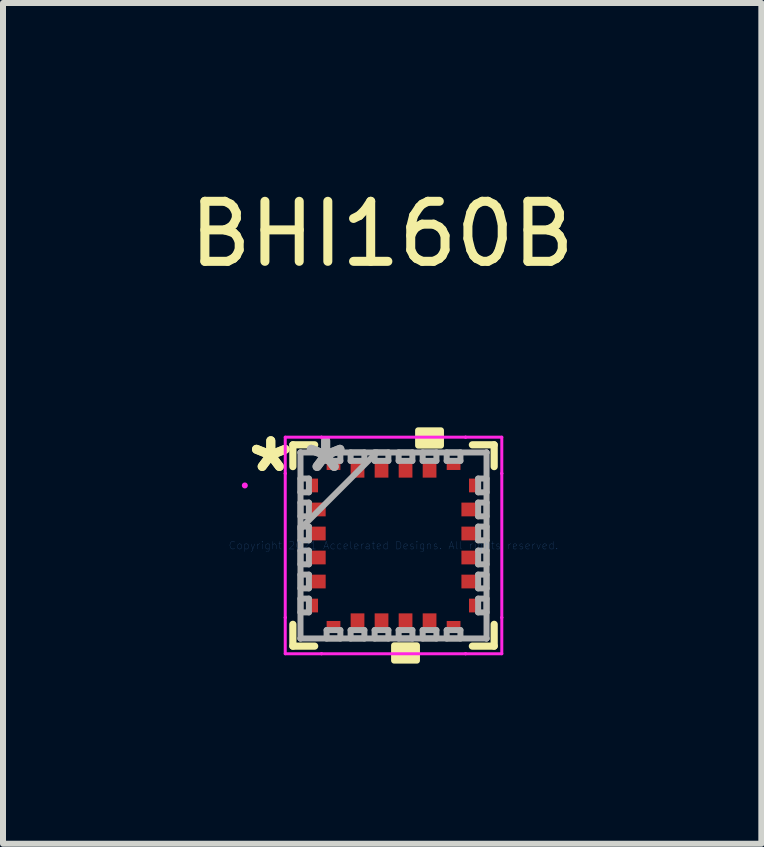
<source format=kicad_pcb>
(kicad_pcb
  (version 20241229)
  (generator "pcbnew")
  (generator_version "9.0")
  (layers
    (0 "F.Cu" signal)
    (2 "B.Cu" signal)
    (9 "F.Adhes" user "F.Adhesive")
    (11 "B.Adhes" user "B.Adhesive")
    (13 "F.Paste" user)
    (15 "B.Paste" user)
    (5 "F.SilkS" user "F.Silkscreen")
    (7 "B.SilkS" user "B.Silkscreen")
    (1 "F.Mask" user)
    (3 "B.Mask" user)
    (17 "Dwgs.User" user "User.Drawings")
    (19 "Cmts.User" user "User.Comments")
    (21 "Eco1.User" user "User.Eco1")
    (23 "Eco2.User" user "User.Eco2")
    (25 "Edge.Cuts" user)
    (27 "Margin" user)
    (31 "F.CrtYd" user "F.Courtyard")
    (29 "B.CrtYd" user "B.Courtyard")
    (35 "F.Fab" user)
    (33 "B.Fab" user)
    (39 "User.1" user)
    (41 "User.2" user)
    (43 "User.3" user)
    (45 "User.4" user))
  (footprint "BHI160B"
    (layer "F.Cu")
    (at 3.315 5.848)
    (property "Reference" "BHI160B" (at 0 -5 0) (unlocked yes) (layer "F.SilkS") (effects (font (size 1 1) (thickness 0.15))))
    (attr smd)
    (fp_line (start -1.487 -1.489) (end -1.487 -1.126) (stroke (width 0.12) (type solid)) (layer "F.SilkS"))
    (fp_line (start -1.487 1.501) (end -1.487 1.864) (stroke (width 0.12) (type solid)) (layer "F.SilkS"))
    (fp_line (start -1.487 1.864) (end -1.124 1.864) (stroke (width 0.12) (type solid)) (layer "F.SilkS"))
    (fp_line (start -1.124 -1.489) (end -1.487 -1.489) (stroke (width 0.12) (type solid)) (layer "F.SilkS"))
    (fp_line (start 1.503 1.864) (end 1.866 1.864) (stroke (width 0.12) (type solid)) (layer "F.SilkS"))
    (fp_line (start 1.866 -1.489) (end 1.503 -1.489) (stroke (width 0.12) (type solid)) (layer "F.SilkS"))
    (fp_line (start 1.866 -1.126) (end 1.866 -1.489) (stroke (width 0.12) (type solid)) (layer "F.SilkS"))
    (fp_line (start 1.866 1.864) (end 1.866 1.501) (stroke (width 0.12) (type solid)) (layer "F.SilkS"))
    (fp_poly (pts (xy 0.199 1.851) (xy 0.199 2.105) (xy 0.58 2.105) (xy 0.58 1.851)) (stroke (width 0.1) (type solid)) (fill yes) (layer "F.SilkS"))
    (fp_poly (pts (xy 0.599 -1.476) (xy 0.599 -1.73) (xy 0.98 -1.73) (xy 0.98 -1.476)) (stroke (width 0.1) (type solid)) (fill yes) (layer "F.SilkS"))
    (fp_line (start -1.614 -1.616) (end -1.01 -1.616) (stroke (width 0.05) (type solid)) (layer "F.CrtYd"))
    (fp_line (start -1.614 -1.012) (end -1.614 -1.616) (stroke (width 0.05) (type solid)) (layer "F.CrtYd"))
    (fp_line (start -1.614 -1.012) (end -1.614 -1.012) (stroke (width 0.05) (type solid)) (layer "F.CrtYd"))
    (fp_line (start -1.614 1.388) (end -1.614 -1.012) (stroke (width 0.05) (type solid)) (layer "F.CrtYd"))
    (fp_line (start -1.614 1.388) (end -1.614 1.388) (stroke (width 0.05) (type solid)) (layer "F.CrtYd"))
    (fp_line (start -1.614 1.991) (end -1.614 1.388) (stroke (width 0.05) (type solid)) (layer "F.CrtYd"))
    (fp_line (start -1.01 -1.616) (end -1.01 -1.616) (stroke (width 0.05) (type solid)) (layer "F.CrtYd"))
    (fp_line (start -1.01 -1.616) (end 1.39 -1.616) (stroke (width 0.05) (type solid)) (layer "F.CrtYd"))
    (fp_line (start -1.01 1.991) (end -1.614 1.991) (stroke (width 0.05) (type solid)) (layer "F.CrtYd"))
    (fp_line (start -1.01 1.991) (end -1.01 1.991) (stroke (width 0.05) (type solid)) (layer "F.CrtYd"))
    (fp_line (start 1.39 -1.616) (end 1.39 -1.616) (stroke (width 0.05) (type solid)) (layer "F.CrtYd"))
    (fp_line (start 1.39 -1.616) (end 1.993 -1.616) (stroke (width 0.05) (type solid)) (layer "F.CrtYd"))
    (fp_line (start 1.39 1.991) (end -1.01 1.991) (stroke (width 0.05) (type solid)) (layer "F.CrtYd"))
    (fp_line (start 1.39 1.991) (end 1.39 1.991) (stroke (width 0.05) (type solid)) (layer "F.CrtYd"))
    (fp_line (start 1.993 -1.616) (end 1.993 -1.012) (stroke (width 0.05) (type solid)) (layer "F.CrtYd"))
    (fp_line (start 1.993 -1.012) (end 1.993 -1.012) (stroke (width 0.05) (type solid)) (layer "F.CrtYd"))
    (fp_line (start 1.993 -1.012) (end 1.993 1.388) (stroke (width 0.05) (type solid)) (layer "F.CrtYd"))
    (fp_line (start 1.993 1.388) (end 1.993 1.388) (stroke (width 0.05) (type solid)) (layer "F.CrtYd"))
    (fp_line (start 1.993 1.388) (end 1.993 1.991) (stroke (width 0.05) (type solid)) (layer "F.CrtYd"))
    (fp_line (start 1.993 1.991) (end 1.39 1.991) (stroke (width 0.05) (type solid)) (layer "F.CrtYd"))
    (fp_circle (center -2.287 -0.812) (end -2.287 -0.812) (stroke (width 0.05) (type solid)) (fill no) (layer "F.CrtYd"))
    (fp_line (start -1.36 -1.362) (end -1.36 -1.362) (stroke (width 0.1) (type solid)) (layer "F.Fab"))
    (fp_line (start -1.36 -1.362) (end -1.36 1.737) (stroke (width 0.1) (type solid)) (layer "F.Fab"))
    (fp_line (start -1.36 -0.927) (end -1.22 -0.927) (stroke (width 0.1) (type solid)) (layer "F.Fab"))
    (fp_line (start -1.36 -0.698) (end -1.36 -0.927) (stroke (width 0.1) (type solid)) (layer "F.Fab"))
    (fp_line (start -1.36 -0.527) (end -1.22 -0.527) (stroke (width 0.1) (type solid)) (layer "F.Fab"))
    (fp_line (start -1.36 -0.298) (end -1.36 -0.527) (stroke (width 0.1) (type solid)) (layer "F.Fab"))
    (fp_line (start -1.36 -0.127) (end -1.22 -0.127) (stroke (width 0.1) (type solid)) (layer "F.Fab"))
    (fp_line (start -1.36 -0.092) (end -0.09 -1.362) (stroke (width 0.1) (type solid)) (layer "F.Fab"))
    (fp_line (start -1.36 0.102) (end -1.36 -0.127) (stroke (width 0.1) (type solid)) (layer "F.Fab"))
    (fp_line (start -1.36 0.273) (end -1.22 0.273) (stroke (width 0.1) (type solid)) (layer "F.Fab"))
    (fp_line (start -1.36 0.502) (end -1.36 0.273) (stroke (width 0.1) (type solid)) (layer "F.Fab"))
    (fp_line (start -1.36 0.673) (end -1.22 0.673) (stroke (width 0.1) (type solid)) (layer "F.Fab"))
    (fp_line (start -1.36 0.902) (end -1.36 0.673) (stroke (width 0.1) (type solid)) (layer "F.Fab"))
    (fp_line (start -1.36 1.073) (end -1.22 1.073) (stroke (width 0.1) (type solid)) (layer "F.Fab"))
    (fp_line (start -1.36 1.302) (end -1.36 1.073) (stroke (width 0.1) (type solid)) (layer "F.Fab"))
    (fp_line (start -1.36 1.737) (end -1.36 1.737) (stroke (width 0.1) (type solid)) (layer "F.Fab"))
    (fp_line (start -1.36 1.737) (end 1.739 1.737) (stroke (width 0.1) (type solid)) (layer "F.Fab"))
    (fp_line (start -1.22 -0.927) (end -1.22 -0.698) (stroke (width 0.1) (type solid)) (layer "F.Fab"))
    (fp_line (start -1.22 -0.698) (end -1.36 -0.698) (stroke (width 0.1) (type solid)) (layer "F.Fab"))
    (fp_line (start -1.22 -0.527) (end -1.22 -0.298) (stroke (width 0.1) (type solid)) (layer "F.Fab"))
    (fp_line (start -1.22 -0.298) (end -1.36 -0.298) (stroke (width 0.1) (type solid)) (layer "F.Fab"))
    (fp_line (start -1.22 -0.127) (end -1.22 0.102) (stroke (width 0.1) (type solid)) (layer "F.Fab"))
    (fp_line (start -1.22 0.102) (end -1.36 0.102) (stroke (width 0.1) (type solid)) (layer "F.Fab"))
    (fp_line (start -1.22 0.273) (end -1.22 0.502) (stroke (width 0.1) (type solid)) (layer "F.Fab"))
    (fp_line (start -1.22 0.502) (end -1.36 0.502) (stroke (width 0.1) (type solid)) (layer "F.Fab"))
    (fp_line (start -1.22 0.673) (end -1.22 0.902) (stroke (width 0.1) (type solid)) (layer "F.Fab"))
    (fp_line (start -1.22 0.902) (end -1.36 0.902) (stroke (width 0.1) (type solid)) (layer "F.Fab"))
    (fp_line (start -1.22 1.073) (end -1.22 1.302) (stroke (width 0.1) (type solid)) (layer "F.Fab"))
    (fp_line (start -1.22 1.302) (end -1.36 1.302) (stroke (width 0.1) (type solid)) (layer "F.Fab"))
    (fp_line (start -0.925 -1.362) (end -0.696 -1.362) (stroke (width 0.1) (type solid)) (layer "F.Fab"))
    (fp_line (start -0.925 -1.222) (end -0.925 -1.362) (stroke (width 0.1) (type solid)) (layer "F.Fab"))
    (fp_line (start -0.925 1.597) (end -0.696 1.597) (stroke (width 0.1) (type solid)) (layer "F.Fab"))
    (fp_line (start -0.925 1.737) (end -0.925 1.597) (stroke (width 0.1) (type solid)) (layer "F.Fab"))
    (fp_line (start -0.696 -1.362) (end -0.696 -1.222) (stroke (width 0.1) (type solid)) (layer "F.Fab"))
    (fp_line (start -0.696 -1.222) (end -0.925 -1.222) (stroke (width 0.1) (type solid)) (layer "F.Fab"))
    (fp_line (start -0.696 1.597) (end -0.696 1.737) (stroke (width 0.1) (type solid)) (layer "F.Fab"))
    (fp_line (start -0.696 1.737) (end -0.925 1.737) (stroke (width 0.1) (type solid)) (layer "F.Fab"))
    (fp_line (start -0.525 -1.362) (end -0.296 -1.362) (stroke (width 0.1) (type solid)) (layer "F.Fab"))
    (fp_line (start -0.525 -1.222) (end -0.525 -1.362) (stroke (width 0.1) (type solid)) (layer "F.Fab"))
    (fp_line (start -0.525 1.597) (end -0.296 1.597) (stroke (width 0.1) (type solid)) (layer "F.Fab"))
    (fp_line (start -0.525 1.737) (end -0.525 1.597) (stroke (width 0.1) (type solid)) (layer "F.Fab"))
    (fp_line (start -0.296 -1.362) (end -0.296 -1.222) (stroke (width 0.1) (type solid)) (layer "F.Fab"))
    (fp_line (start -0.296 -1.222) (end -0.525 -1.222) (stroke (width 0.1) (type solid)) (layer "F.Fab"))
    (fp_line (start -0.296 1.597) (end -0.296 1.737) (stroke (width 0.1) (type solid)) (layer "F.Fab"))
    (fp_line (start -0.296 1.737) (end -0.525 1.737) (stroke (width 0.1) (type solid)) (layer "F.Fab"))
    (fp_line (start -0.125 -1.362) (end 0.104 -1.362) (stroke (width 0.1) (type solid)) (layer "F.Fab"))
    (fp_line (start -0.125 -1.222) (end -0.125 -1.362) (stroke (width 0.1) (type solid)) (layer "F.Fab"))
    (fp_line (start -0.125 1.597) (end 0.104 1.597) (stroke (width 0.1) (type solid)) (layer "F.Fab"))
    (fp_line (start -0.125 1.737) (end -0.125 1.597) (stroke (width 0.1) (type solid)) (layer "F.Fab"))
    (fp_line (start 0.104 -1.362) (end 0.104 -1.222) (stroke (width 0.1) (type solid)) (layer "F.Fab"))
    (fp_line (start 0.104 -1.222) (end -0.125 -1.222) (stroke (width 0.1) (type solid)) (layer "F.Fab"))
    (fp_line (start 0.104 1.597) (end 0.104 1.737) (stroke (width 0.1) (type solid)) (layer "F.Fab"))
    (fp_line (start 0.104 1.737) (end -0.125 1.737) (stroke (width 0.1) (type solid)) (layer "F.Fab"))
    (fp_line (start 0.275 -1.362) (end 0.504 -1.362) (stroke (width 0.1) (type solid)) (layer "F.Fab"))
    (fp_line (start 0.275 -1.222) (end 0.275 -1.362) (stroke (width 0.1) (type solid)) (layer "F.Fab"))
    (fp_line (start 0.275 1.597) (end 0.504 1.597) (stroke (width 0.1) (type solid)) (layer "F.Fab"))
    (fp_line (start 0.275 1.737) (end 0.275 1.597) (stroke (width 0.1) (type solid)) (layer "F.Fab"))
    (fp_line (start 0.504 -1.362) (end 0.504 -1.222) (stroke (width 0.1) (type solid)) (layer "F.Fab"))
    (fp_line (start 0.504 -1.222) (end 0.275 -1.222) (stroke (width 0.1) (type solid)) (layer "F.Fab"))
    (fp_line (start 0.504 1.597) (end 0.504 1.737) (stroke (width 0.1) (type solid)) (layer "F.Fab"))
    (fp_line (start 0.504 1.737) (end 0.275 1.737) (stroke (width 0.1) (type solid)) (layer "F.Fab"))
    (fp_line (start 0.675 -1.362) (end 0.904 -1.362) (stroke (width 0.1) (type solid)) (layer "F.Fab"))
    (fp_line (start 0.675 -1.222) (end 0.675 -1.362) (stroke (width 0.1) (type solid)) (layer "F.Fab"))
    (fp_line (start 0.675 1.597) (end 0.904 1.597) (stroke (width 0.1) (type solid)) (layer "F.Fab"))
    (fp_line (start 0.675 1.737) (end 0.675 1.597) (stroke (width 0.1) (type solid)) (layer "F.Fab"))
    (fp_line (start 0.904 -1.362) (end 0.904 -1.222) (stroke (width 0.1) (type solid)) (layer "F.Fab"))
    (fp_line (start 0.904 -1.222) (end 0.675 -1.222) (stroke (width 0.1) (type solid)) (layer "F.Fab"))
    (fp_line (start 0.904 1.597) (end 0.904 1.737) (stroke (width 0.1) (type solid)) (layer "F.Fab"))
    (fp_line (start 0.904 1.737) (end 0.675 1.737) (stroke (width 0.1) (type solid)) (layer "F.Fab"))
    (fp_line (start 1.075 -1.362) (end 1.304 -1.362) (stroke (width 0.1) (type solid)) (layer "F.Fab"))
    (fp_line (start 1.075 -1.222) (end 1.075 -1.362) (stroke (width 0.1) (type solid)) (layer "F.Fab"))
    (fp_line (start 1.075 1.597) (end 1.304 1.597) (stroke (width 0.1) (type solid)) (layer "F.Fab"))
    (fp_line (start 1.075 1.737) (end 1.075 1.597) (stroke (width 0.1) (type solid)) (layer "F.Fab"))
    (fp_line (start 1.304 -1.362) (end 1.304 -1.222) (stroke (width 0.1) (type solid)) (layer "F.Fab"))
    (fp_line (start 1.304 -1.222) (end 1.075 -1.222) (stroke (width 0.1) (type solid)) (layer "F.Fab"))
    (fp_line (start 1.304 1.597) (end 1.304 1.737) (stroke (width 0.1) (type solid)) (layer "F.Fab"))
    (fp_line (start 1.304 1.737) (end 1.075 1.737) (stroke (width 0.1) (type solid)) (layer "F.Fab"))
    (fp_line (start 1.599 -0.927) (end 1.739 -0.927) (stroke (width 0.1) (type solid)) (layer "F.Fab"))
    (fp_line (start 1.599 -0.698) (end 1.599 -0.927) (stroke (width 0.1) (type solid)) (layer "F.Fab"))
    (fp_line (start 1.599 -0.527) (end 1.739 -0.527) (stroke (width 0.1) (type solid)) (layer "F.Fab"))
    (fp_line (start 1.599 -0.298) (end 1.599 -0.527) (stroke (width 0.1) (type solid)) (layer "F.Fab"))
    (fp_line (start 1.599 -0.127) (end 1.739 -0.127) (stroke (width 0.1) (type solid)) (layer "F.Fab"))
    (fp_line (start 1.599 0.102) (end 1.599 -0.127) (stroke (width 0.1) (type solid)) (layer "F.Fab"))
    (fp_line (start 1.599 0.273) (end 1.739 0.273) (stroke (width 0.1) (type solid)) (layer "F.Fab"))
    (fp_line (start 1.599 0.502) (end 1.599 0.273) (stroke (width 0.1) (type solid)) (layer "F.Fab"))
    (fp_line (start 1.599 0.673) (end 1.739 0.673) (stroke (width 0.1) (type solid)) (layer "F.Fab"))
    (fp_line (start 1.599 0.902) (end 1.599 0.673) (stroke (width 0.1) (type solid)) (layer "F.Fab"))
    (fp_line (start 1.599 1.073) (end 1.739 1.073) (stroke (width 0.1) (type solid)) (layer "F.Fab"))
    (fp_line (start 1.599 1.302) (end 1.599 1.073) (stroke (width 0.1) (type solid)) (layer "F.Fab"))
    (fp_line (start 1.739 -1.362) (end -1.36 -1.362) (stroke (width 0.1) (type solid)) (layer "F.Fab"))
    (fp_line (start 1.739 -1.362) (end 1.739 -1.362) (stroke (width 0.1) (type solid)) (layer "F.Fab"))
    (fp_line (start 1.739 -0.927) (end 1.739 -0.698) (stroke (width 0.1) (type solid)) (layer "F.Fab"))
    (fp_line (start 1.739 -0.698) (end 1.599 -0.698) (stroke (width 0.1) (type solid)) (layer "F.Fab"))
    (fp_line (start 1.739 -0.527) (end 1.739 -0.298) (stroke (width 0.1) (type solid)) (layer "F.Fab"))
    (fp_line (start 1.739 -0.298) (end 1.599 -0.298) (stroke (width 0.1) (type solid)) (layer "F.Fab"))
    (fp_line (start 1.739 -0.127) (end 1.739 0.102) (stroke (width 0.1) (type solid)) (layer "F.Fab"))
    (fp_line (start 1.739 0.102) (end 1.599 0.102) (stroke (width 0.1) (type solid)) (layer "F.Fab"))
    (fp_line (start 1.739 0.273) (end 1.739 0.502) (stroke (width 0.1) (type solid)) (layer "F.Fab"))
    (fp_line (start 1.739 0.502) (end 1.599 0.502) (stroke (width 0.1) (type solid)) (layer "F.Fab"))
    (fp_line (start 1.739 0.673) (end 1.739 0.902) (stroke (width 0.1) (type solid)) (layer "F.Fab"))
    (fp_line (start 1.739 0.902) (end 1.599 0.902) (stroke (width 0.1) (type solid)) (layer "F.Fab"))
    (fp_line (start 1.739 1.073) (end 1.739 1.302) (stroke (width 0.1) (type solid)) (layer "F.Fab"))
    (fp_line (start 1.739 1.302) (end 1.599 1.302) (stroke (width 0.1) (type solid)) (layer "F.Fab"))
    (fp_line (start 1.739 1.737) (end 1.739 -1.362) (stroke (width 0.1) (type solid)) (layer "F.Fab"))
    (fp_line (start 1.739 1.737) (end 1.739 1.737) (stroke (width 0.1) (type solid)) (layer "F.Fab"))
    (fp_text user "*" (at -1.855 -1.012 180) (layer "F.SilkS") (effects (font (size 1 1) (thickness 0.15))))
    (fp_text user "*" (at -1.855 -1.012 180) (layer "F.SilkS") (effects (font (size 1 1) (thickness 0.15))))
    (fp_text user "Copyright 2021 Accelerated Designs. All rights reserved." (at 0.19 0.188 180) (layer "Cmts.User") (effects (font (size 0.127 0.127) (thickness 0.002))))
    (fp_text user "*" (at -0.941 -1.012 180) (layer "F.Fab") (effects (font (size 1 1) (thickness 0.15))))
    (fp_text user "*" (at -0.941 -1.012 180) (layer "F.Fab") (effects (font (size 1 1) (thickness 0.15))))
    (pad "1" smd rect (at -1.144 -0.812 90) (size 0.229 0.152) (layers "F.Cu" "F.Mask" "F.Paste"))
    (pad "2" smd rect (at -1.08 -0.412 90) (size 0.229 0.279) (layers "F.Cu" "F.Mask" "F.Paste"))
    (pad "3" smd rect (at -1.08 -0.012 90) (size 0.229 0.279) (layers "F.Cu" "F.Mask" "F.Paste"))
    (pad "4" smd rect (at -1.08 0.388 90) (size 0.229 0.279) (layers "F.Cu" "F.Mask" "F.Paste"))
    (pad "5" smd rect (at -1.08 0.788 90) (size 0.229 0.279) (layers "F.Cu" "F.Mask" "F.Paste"))
    (pad "6" smd rect (at -1.144 1.188 90) (size 0.229 0.152) (layers "F.Cu" "F.Mask" "F.Paste"))
    (pad "7" smd rect (at -0.81 1.521) (size 0.229 0.152) (layers "F.Cu" "F.Mask" "F.Paste"))
    (pad "8" smd rect (at -0.41 1.458) (size 0.229 0.279) (layers "F.Cu" "F.Mask" "F.Paste"))
    (pad "9" smd rect (at -0.01 1.458) (size 0.229 0.279) (layers "F.Cu" "F.Mask" "F.Paste"))
    (pad "10" smd rect (at 0.39 1.458) (size 0.229 0.279) (layers "F.Cu" "F.Mask" "F.Paste"))
    (pad "11" smd rect (at 0.79 1.458) (size 0.229 0.279) (layers "F.Cu" "F.Mask" "F.Paste"))
    (pad "12" smd rect (at 1.19 1.521) (size 0.229 0.152) (layers "F.Cu" "F.Mask" "F.Paste"))
    (pad "13" smd rect (at 1.523 1.188 90) (size 0.229 0.152) (layers "F.Cu" "F.Mask" "F.Paste"))
    (pad "14" smd rect (at 1.46 0.788 90) (size 0.229 0.279) (layers "F.Cu" "F.Mask" "F.Paste"))
    (pad "15" smd rect (at 1.46 0.388 90) (size 0.229 0.279) (layers "F.Cu" "F.Mask" "F.Paste"))
    (pad "16" smd rect (at 1.46 -0.012 90) (size 0.229 0.279) (layers "F.Cu" "F.Mask" "F.Paste"))
    (pad "17" smd rect (at 1.46 -0.412 90) (size 0.229 0.279) (layers "F.Cu" "F.Mask" "F.Paste"))
    (pad "18" smd rect (at 1.523 -0.812 90) (size 0.229 0.152) (layers "F.Cu" "F.Mask" "F.Paste"))
    (pad "19" smd rect (at 1.19 -1.146) (size 0.229 0.152) (layers "F.Cu" "F.Mask" "F.Paste"))
    (pad "20" smd rect (at 0.79 -1.082) (size 0.229 0.279) (layers "F.Cu" "F.Mask" "F.Paste"))
    (pad "21" smd rect (at 0.39 -1.082) (size 0.229 0.279) (layers "F.Cu" "F.Mask" "F.Paste"))
    (pad "22" smd rect (at -0.01 -1.082) (size 0.229 0.279) (layers "F.Cu" "F.Mask" "F.Paste"))
    (pad "23" smd rect (at -0.41 -1.082) (size 0.229 0.279) (layers "F.Cu" "F.Mask" "F.Paste"))
    (pad "24" smd rect (at -0.81 -1.146) (size 0.229 0.152) (layers "F.Cu" "F.Mask" "F.Paste")))
  (gr_rect
    (start -3 -3)
    (end 9.631 11.004)
    (stroke (width 0.1) (type default))
    (fill no)
    (layer "Edge.Cuts")))
</source>
